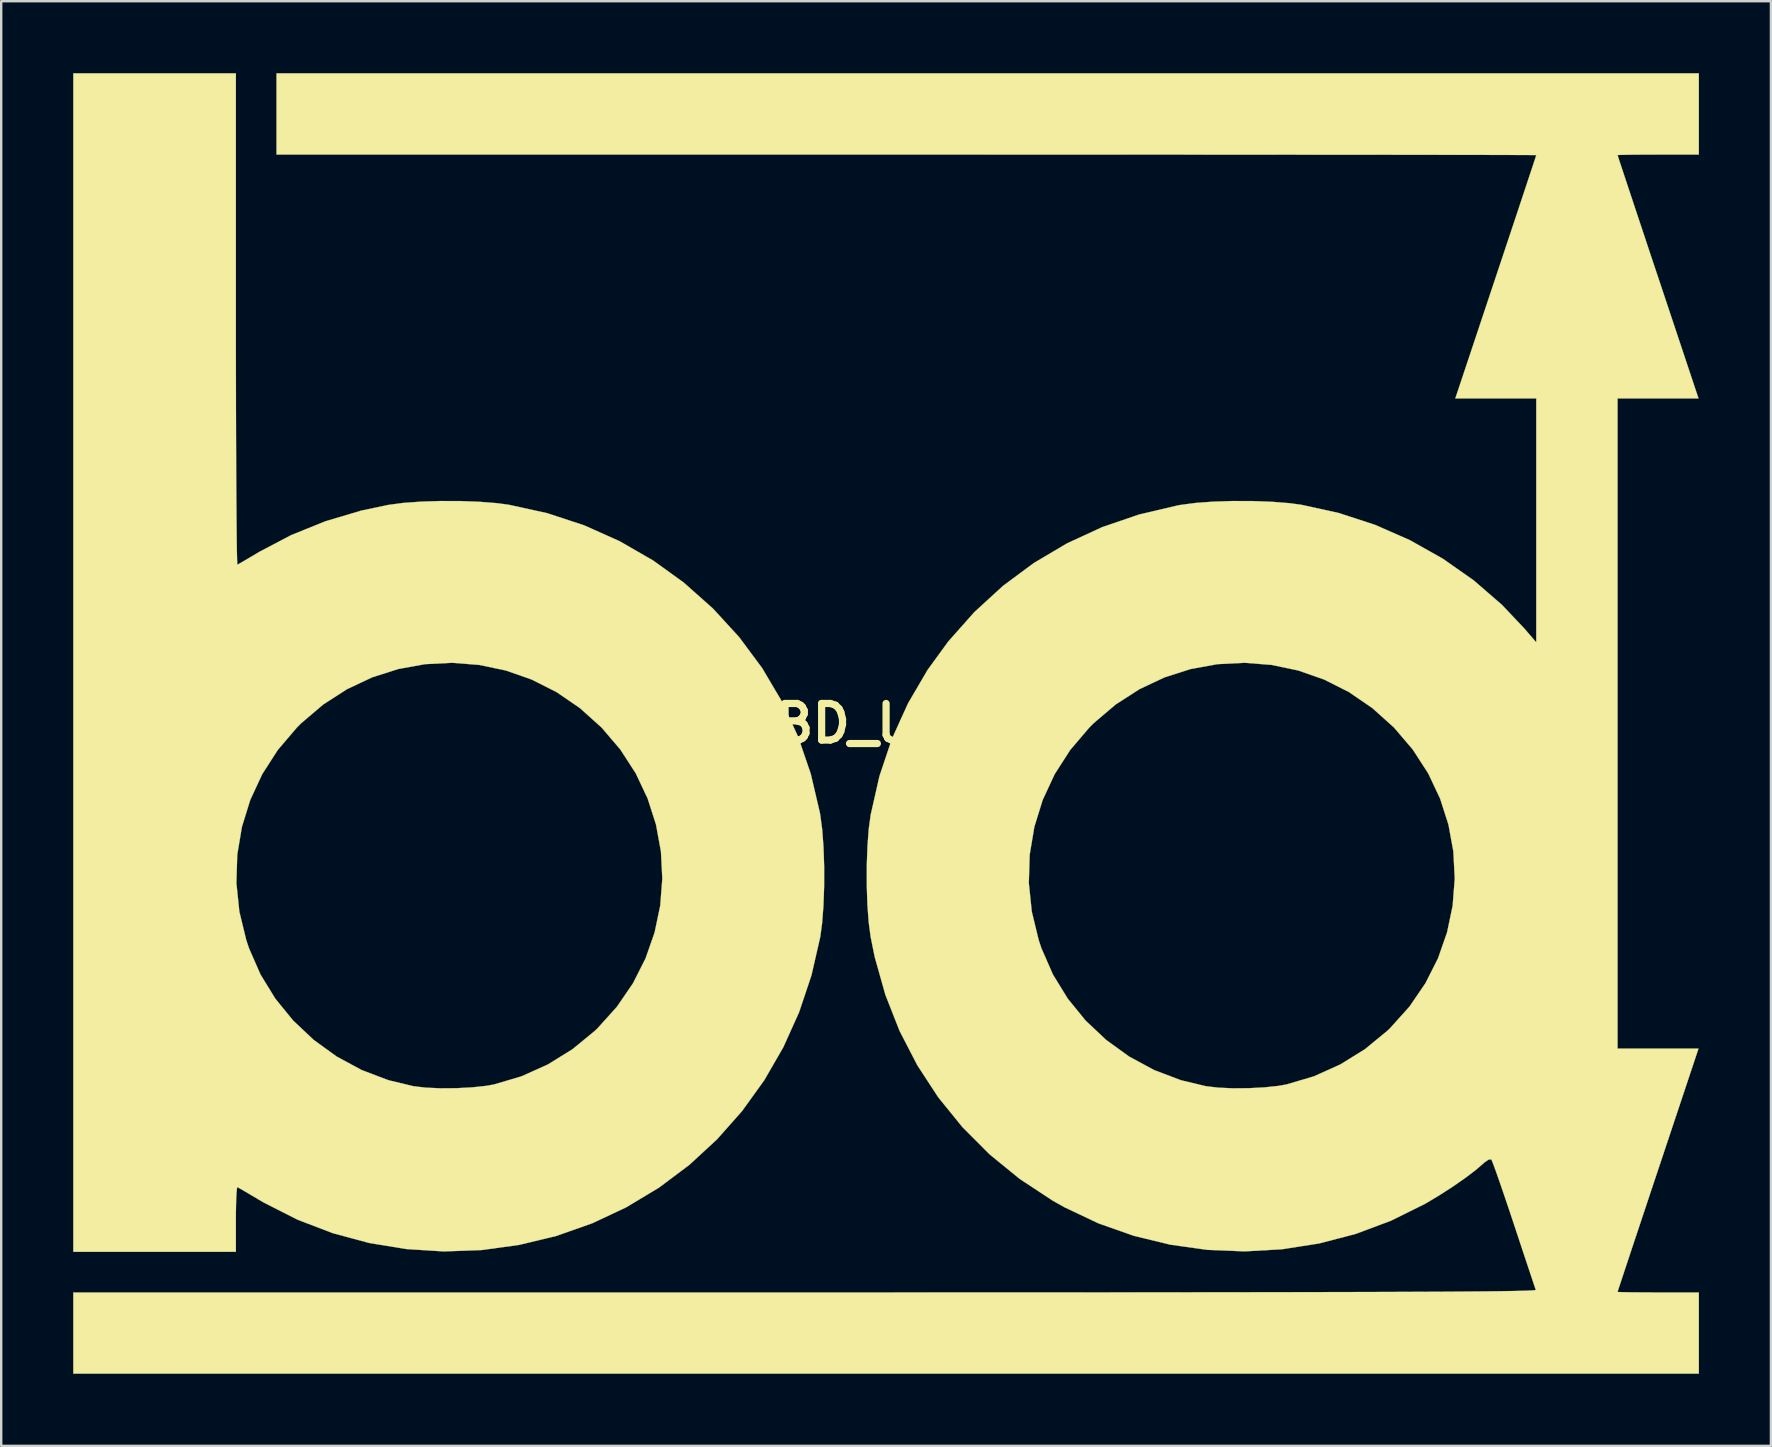
<source format=kicad_pcb>
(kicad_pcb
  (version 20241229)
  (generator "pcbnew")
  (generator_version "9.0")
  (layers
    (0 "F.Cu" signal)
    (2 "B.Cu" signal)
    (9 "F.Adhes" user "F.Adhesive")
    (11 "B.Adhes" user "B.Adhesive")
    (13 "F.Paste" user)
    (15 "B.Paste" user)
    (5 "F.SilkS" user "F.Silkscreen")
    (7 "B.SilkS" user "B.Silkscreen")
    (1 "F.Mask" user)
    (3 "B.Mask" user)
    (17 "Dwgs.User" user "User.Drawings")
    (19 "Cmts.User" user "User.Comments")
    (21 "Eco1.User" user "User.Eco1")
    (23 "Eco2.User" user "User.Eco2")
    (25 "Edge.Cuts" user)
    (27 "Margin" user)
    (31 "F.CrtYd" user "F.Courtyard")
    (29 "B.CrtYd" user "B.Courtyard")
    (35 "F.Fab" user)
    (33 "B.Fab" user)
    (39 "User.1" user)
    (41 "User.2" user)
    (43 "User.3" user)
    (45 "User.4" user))
  (footprint "BD_logo"
    (layer "F.Cu")
    (at 33.872 27.098)
    (property "Reference" "BD_logo" (at 0 0 0) (layer "F.SilkS") (effects (font (size 1.524 1.524) (thickness 0.3))))
    (attr through_hole)
    (fp_poly (pts (xy -27.093 -16.842) (xy -27.093 -15.54) (xy -27.091 -14.286) (xy -27.089 -13.091) (xy -27.086 -11.965) (xy -27.082 -10.918) (xy -27.077 -9.961) (xy -27.071 -9.103) (xy -27.065 -8.355) (xy -27.059 -7.727) (xy -27.052 -7.229) (xy -27.044 -6.873) (xy -27.036 -6.667) (xy -27.03 -6.618) (xy -26.936 -6.67) (xy -26.728 -6.791) (xy -26.437 -6.962) (xy -26.12 -7.151) (xy -24.792 -7.849) (xy -23.364 -8.427) (xy -21.863 -8.873) (xy -20.743 -9.109) (xy -20.124 -9.191) (xy -19.385 -9.245) (xy -18.576 -9.271) (xy -17.745 -9.269) (xy -16.94 -9.239) (xy -16.21 -9.181) (xy -15.718 -9.115) (xy -14.121 -8.764) (xy -12.579 -8.257) (xy -11.103 -7.597) (xy -9.704 -6.791) (xy -8.432 -5.873) (xy -7.211 -4.788) (xy -6.12 -3.597) (xy -5.163 -2.308) (xy -4.345 -0.926) (xy -3.67 0.542) (xy -3.14 2.09) (xy -2.76 3.709) (xy -2.742 3.81) (xy -2.661 4.423) (xy -2.607 5.155) (xy -2.58 5.957) (xy -2.581 6.783) (xy -2.609 7.583) (xy -2.664 8.31) (xy -2.742 8.89) (xy -3.109 10.493) (xy -3.624 12.029) (xy -4.282 13.489) (xy -5.075 14.863) (xy -5.997 16.144) (xy -7.04 17.323) (xy -8.198 18.391) (xy -9.464 19.34) (xy -10.831 20.161) (xy -12.241 20.824) (xy -13.748 21.355) (xy -15.29 21.726) (xy -16.854 21.941) (xy -18.426 21.998) (xy -19.993 21.899) (xy -21.54 21.646) (xy -23.053 21.238) (xy -24.519 20.678) (xy -25.924 19.965) (xy -26.12 19.851) (xy -26.459 19.65) (xy -26.745 19.481) (xy -26.946 19.365) (xy -27.03 19.318) (xy -27.051 19.388) (xy -27.069 19.6) (xy -27.083 19.926) (xy -27.092 20.34) (xy -27.093 20.652) (xy -27.093 22.013) (xy -33.867 22.013) (xy -33.867 6.649) (xy -27.072 6.649) (xy -26.948 7.84) (xy -26.66 9.025) (xy -26.546 9.366) (xy -26.068 10.457) (xy -25.45 11.465) (xy -24.706 12.378) (xy -23.849 13.186) (xy -22.893 13.877) (xy -21.851 14.44) (xy -20.737 14.863) (xy -19.694 15.113) (xy -19.186 15.173) (xy -18.57 15.201) (xy -17.906 15.196) (xy -17.252 15.162) (xy -16.666 15.099) (xy -16.336 15.04) (xy -15.19 14.701) (xy -14.091 14.206) (xy -13.063 13.569) (xy -12.13 12.802) (xy -12.023 12.7) (xy -11.211 11.797) (xy -10.544 10.82) (xy -10.021 9.784) (xy -9.644 8.703) (xy -9.411 7.591) (xy -9.324 6.462) (xy -9.382 5.332) (xy -9.586 4.215) (xy -9.936 3.125) (xy -10.431 2.076) (xy -11.074 1.083) (xy -11.853 0.17) (xy -12.757 -0.642) (xy -13.733 -1.31) (xy -14.768 -1.832) (xy -15.848 -2.21) (xy -16.958 -2.442) (xy -18.084 -2.53) (xy -19.212 -2.473) (xy -20.326 -2.271) (xy -21.414 -1.924) (xy -22.46 -1.432) (xy -23.45 -0.795) (xy -24.37 -0.013) (xy -24.553 0.17) (xy -25.347 1.102) (xy -25.995 2.111) (xy -26.494 3.184) (xy -26.842 4.308) (xy -27.036 5.467) (xy -27.072 6.649) (xy -33.867 6.649) (xy -33.867 -27.093) (xy -27.093 -27.093) (xy -27.093 -16.842)) (stroke (width 0.01) (type solid)) (fill yes) (layer "F.SilkS"))
    (fp_poly (pts (xy 33.867 -23.707) (xy 32.173 -23.707) (xy 31.659 -23.706) (xy 31.207 -23.703) (xy 30.844 -23.698) (xy 30.594 -23.693) (xy 30.483 -23.686) (xy 30.48 -23.685) (xy 30.506 -23.603) (xy 30.581 -23.374) (xy 30.701 -23.011) (xy 30.861 -22.529) (xy 31.056 -21.941) (xy 31.282 -21.26) (xy 31.535 -20.501) (xy 31.809 -19.676) (xy 32.101 -18.8) (xy 32.167 -18.605) (xy 33.853 -13.547) (xy 30.48 -13.547) (xy 30.48 13.547) (xy 33.853 13.547) (xy 32.167 18.605) (xy 31.871 19.49) (xy 31.593 20.328) (xy 31.335 21.102) (xy 31.102 21.801) (xy 30.9 22.411) (xy 30.732 22.917) (xy 30.603 23.306) (xy 30.518 23.565) (xy 30.481 23.68) (xy 30.48 23.685) (xy 30.56 23.691) (xy 30.785 23.697) (xy 31.128 23.702) (xy 31.564 23.705) (xy 32.069 23.707) (xy 32.173 23.707) (xy 33.867 23.707) (xy 33.867 27.093) (xy -33.867 27.093) (xy -33.867 23.707) (xy -3.378 23.707) (xy -0.587 23.707) (xy 2.039 23.706) (xy 4.505 23.706) (xy 6.814 23.705) (xy 8.972 23.704) (xy 10.983 23.703) (xy 12.85 23.701) (xy 14.579 23.699) (xy 16.175 23.697) (xy 17.64 23.694) (xy 18.98 23.691) (xy 20.2 23.688) (xy 21.303 23.684) (xy 22.294 23.68) (xy 23.178 23.676) (xy 23.958 23.671) (xy 24.64 23.666) (xy 25.228 23.66) (xy 25.725 23.653) (xy 26.137 23.647) (xy 26.468 23.639) (xy 26.722 23.632) (xy 26.904 23.623) (xy 27.018 23.614) (xy 27.069 23.605) (xy 27.073 23.601) (xy 27.037 23.497) (xy 26.955 23.253) (xy 26.834 22.888) (xy 26.678 22.421) (xy 26.496 21.873) (xy 26.294 21.264) (xy 26.164 20.87) (xy 25.952 20.234) (xy 25.754 19.649) (xy 25.577 19.134) (xy 25.428 18.709) (xy 25.314 18.393) (xy 25.241 18.207) (xy 25.22 18.165) (xy 25.115 18.167) (xy 24.937 18.288) (xy 24.871 18.348) (xy 24.554 18.619) (xy 24.125 18.943) (xy 23.621 19.293) (xy 23.08 19.643) (xy 22.54 19.967) (xy 22.447 20.02) (xy 21.033 20.721) (xy 19.562 21.27) (xy 18.048 21.665) (xy 16.504 21.907) (xy 14.946 21.996) (xy 13.387 21.933) (xy 11.842 21.716) (xy 10.323 21.348) (xy 8.846 20.827) (xy 7.424 20.153) (xy 6.939 19.879) (xy 5.569 18.977) (xy 4.315 17.954) (xy 3.182 16.818) (xy 2.175 15.577) (xy 1.301 14.239) (xy 0.564 12.813) (xy -0.029 11.305) (xy -0.475 9.723) (xy -0.643 8.89) (xy -0.724 8.279) (xy -0.778 7.549) (xy -0.804 6.747) (xy -0.804 6.649) (xy 5.948 6.649) (xy 6.072 7.84) (xy 6.36 9.025) (xy 6.474 9.366) (xy 6.952 10.457) (xy 7.57 11.465) (xy 8.314 12.378) (xy 9.171 13.186) (xy 10.127 13.877) (xy 11.169 14.44) (xy 12.283 14.863) (xy 13.326 15.113) (xy 13.834 15.173) (xy 14.45 15.201) (xy 15.114 15.196) (xy 15.768 15.162) (xy 16.354 15.099) (xy 16.684 15.04) (xy 17.83 14.701) (xy 18.929 14.206) (xy 19.957 13.569) (xy 20.89 12.802) (xy 20.997 12.7) (xy 21.809 11.797) (xy 22.476 10.82) (xy 22.999 9.784) (xy 23.376 8.703) (xy 23.609 7.591) (xy 23.696 6.462) (xy 23.638 5.332) (xy 23.434 4.215) (xy 23.084 3.125) (xy 22.589 2.076) (xy 21.946 1.083) (xy 21.167 0.17) (xy 20.263 -0.642) (xy 19.287 -1.31) (xy 18.252 -1.832) (xy 17.172 -2.21) (xy 16.062 -2.442) (xy 14.936 -2.53) (xy 13.808 -2.473) (xy 12.694 -2.271) (xy 11.606 -1.924) (xy 10.56 -1.432) (xy 9.57 -0.795) (xy 8.65 -0.013) (xy 8.467 0.17) (xy 7.673 1.102) (xy 7.025 2.111) (xy 6.526 3.184) (xy 6.178 4.308) (xy 5.984 5.467) (xy 5.948 6.649) (xy -0.804 6.649) (xy -0.804 5.923) (xy -0.776 5.123) (xy -0.722 4.396) (xy -0.643 3.81) (xy -0.275 2.189) (xy 0.245 0.637) (xy 0.915 -0.84) (xy 1.731 -2.235) (xy 2.594 -3.421) (xy 3.678 -4.642) (xy 4.869 -5.733) (xy 6.158 -6.689) (xy 7.54 -7.507) (xy 9.006 -8.183) (xy 10.549 -8.711) (xy 12.162 -9.089) (xy 12.277 -9.109) (xy 12.896 -9.191) (xy 13.635 -9.245) (xy 14.444 -9.271) (xy 15.275 -9.269) (xy 16.08 -9.239) (xy 16.81 -9.181) (xy 17.302 -9.115) (xy 18.862 -8.772) (xy 20.376 -8.278) (xy 21.827 -7.64) (xy 23.203 -6.865) (xy 24.487 -5.964) (xy 25.665 -4.943) (xy 26.599 -3.956) (xy 27.093 -3.382) (xy 27.093 -13.547) (xy 23.72 -13.547) (xy 25.407 -18.605) (xy 25.702 -19.49) (xy 25.981 -20.328) (xy 26.239 -21.102) (xy 26.471 -21.801) (xy 26.673 -22.411) (xy 26.841 -22.917) (xy 26.97 -23.306) (xy 27.055 -23.565) (xy 27.092 -23.68) (xy 27.093 -23.685) (xy 27.01 -23.686) (xy 26.763 -23.688) (xy 26.36 -23.69) (xy 25.807 -23.691) (xy 25.111 -23.693) (xy 24.277 -23.695) (xy 23.313 -23.696) (xy 22.224 -23.697) (xy 21.018 -23.699) (xy 19.7 -23.7) (xy 18.277 -23.701) (xy 16.755 -23.702) (xy 15.142 -23.703) (xy 13.443 -23.704) (xy 11.665 -23.705) (xy 9.814 -23.705) (xy 7.896 -23.706) (xy 5.919 -23.706) (xy 3.888 -23.707) (xy 1.811 -23.707) (xy 0.847 -23.707) (xy -25.4 -23.707) (xy -25.4 -27.093) (xy 33.867 -27.093) (xy 33.867 -23.707)) (stroke (width 0.01) (type solid)) (fill yes) (layer "F.SilkS")))
  (gr_rect
    (start -3 -3)
    (end 70.743 57.197)
    (stroke (width 0.1) (type default))
    (fill no)
    (layer "Edge.Cuts")))
</source>
